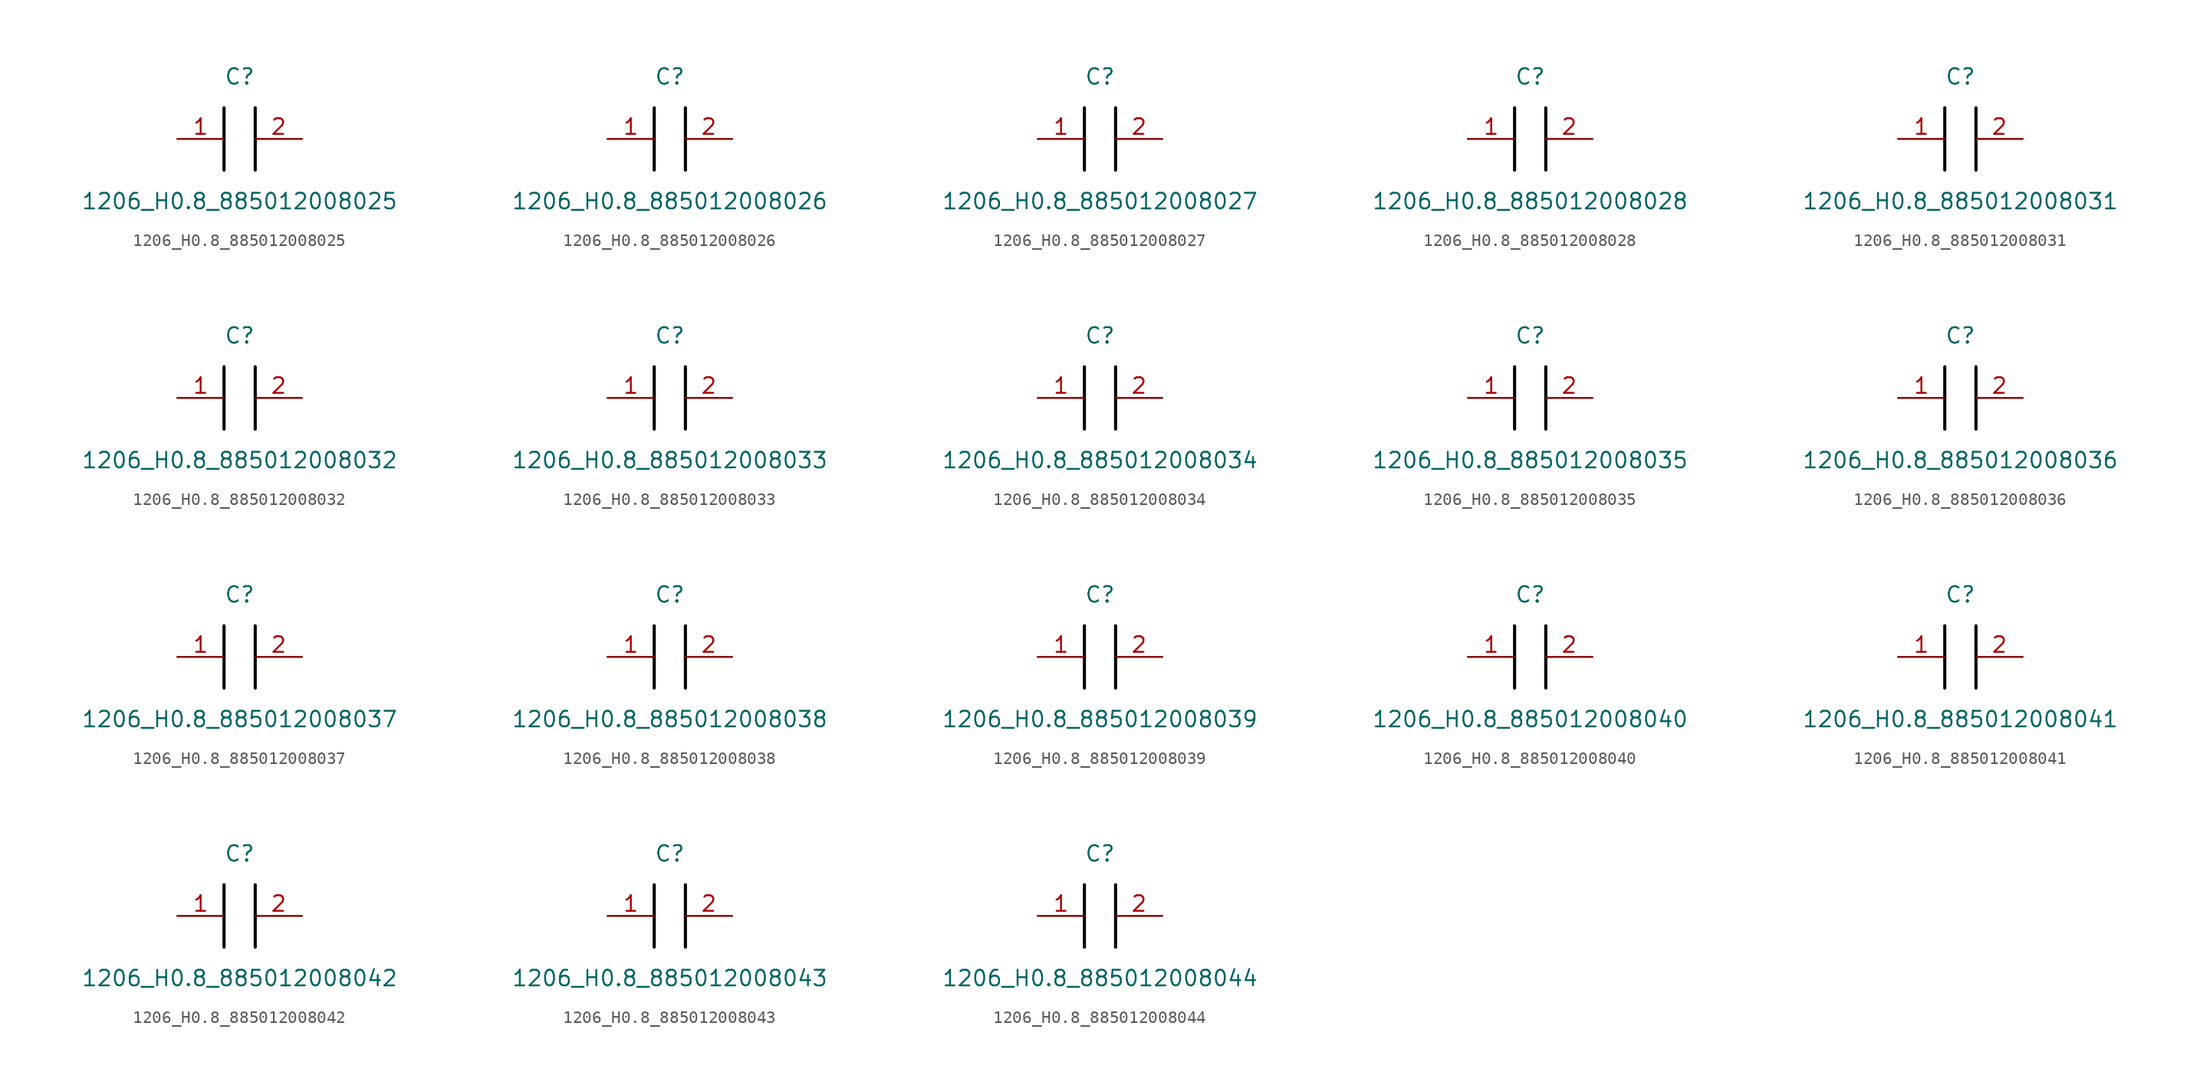
<source format=kicad_sym>
(kicad_symbol_lib
  (version 20220914)
  (generator kicad_symbol_editor)
  (symbol "1206_H0.8_885012008025"
    (pin_names hide)
    (property "Reference" "C"
      (at 0 5.08 0)
      (effects (font (size 1.27 1.27))))
    (property "Value" "1206_H0.8_885012008025"
      (at 0 -5.08 0)
      (effects (font (size 1.27 1.27))))
    (symbol "1206_H0.8_885012008025_1_1"
      (polyline (pts (xy -1.27 2.54) (xy -1.27 -2.54)) (stroke (width 0.254) (type default) (color 0 0 0 1)) (fill (type none)))
      (polyline (pts (xy 1.27 2.54) (xy 1.27 -2.54)) (stroke (width 0.254) (type default) (color 0 0 0 1)) (fill (type none)))
      (pin passive line (at -5.08 0 0) (length 3.81) (name "1" (effects (font (size 1.27 1.27)))) (number "1" (effects (font (size 1.27 1.27)))))
      (pin passive line (at 5.08 0 180) (length 3.81) (name "2" (effects (font (size 1.27 1.27)))) (number "2" (effects (font (size 1.27 1.27)))))))
  (symbol "1206_H0.8_885012008026"
    (pin_names hide)
    (property "Reference" "C"
      (at 0 5.08 0)
      (effects (font (size 1.27 1.27))))
    (property "Value" "1206_H0.8_885012008026"
      (at 0 -5.08 0)
      (effects (font (size 1.27 1.27))))
    (symbol "1206_H0.8_885012008026_1_1"
      (polyline (pts (xy -1.27 2.54) (xy -1.27 -2.54)) (stroke (width 0.254) (type default) (color 0 0 0 1)) (fill (type none)))
      (polyline (pts (xy 1.27 2.54) (xy 1.27 -2.54)) (stroke (width 0.254) (type default) (color 0 0 0 1)) (fill (type none)))
      (pin passive line (at -5.08 0 0) (length 3.81) (name "1" (effects (font (size 1.27 1.27)))) (number "1" (effects (font (size 1.27 1.27)))))
      (pin passive line (at 5.08 0 180) (length 3.81) (name "2" (effects (font (size 1.27 1.27)))) (number "2" (effects (font (size 1.27 1.27)))))))
  (symbol "1206_H0.8_885012008027"
    (pin_names hide)
    (property "Reference" "C"
      (at 0 5.08 0)
      (effects (font (size 1.27 1.27))))
    (property "Value" "1206_H0.8_885012008027"
      (at 0 -5.08 0)
      (effects (font (size 1.27 1.27))))
    (symbol "1206_H0.8_885012008027_1_1"
      (polyline (pts (xy -1.27 2.54) (xy -1.27 -2.54)) (stroke (width 0.254) (type default) (color 0 0 0 1)) (fill (type none)))
      (polyline (pts (xy 1.27 2.54) (xy 1.27 -2.54)) (stroke (width 0.254) (type default) (color 0 0 0 1)) (fill (type none)))
      (pin passive line (at -5.08 0 0) (length 3.81) (name "1" (effects (font (size 1.27 1.27)))) (number "1" (effects (font (size 1.27 1.27)))))
      (pin passive line (at 5.08 0 180) (length 3.81) (name "2" (effects (font (size 1.27 1.27)))) (number "2" (effects (font (size 1.27 1.27)))))))
  (symbol "1206_H0.8_885012008028"
    (pin_names hide)
    (property "Reference" "C"
      (at 0 5.08 0)
      (effects (font (size 1.27 1.27))))
    (property "Value" "1206_H0.8_885012008028"
      (at 0 -5.08 0)
      (effects (font (size 1.27 1.27))))
    (symbol "1206_H0.8_885012008028_1_1"
      (polyline (pts (xy -1.27 2.54) (xy -1.27 -2.54)) (stroke (width 0.254) (type default) (color 0 0 0 1)) (fill (type none)))
      (polyline (pts (xy 1.27 2.54) (xy 1.27 -2.54)) (stroke (width 0.254) (type default) (color 0 0 0 1)) (fill (type none)))
      (pin passive line (at -5.08 0 0) (length 3.81) (name "1" (effects (font (size 1.27 1.27)))) (number "1" (effects (font (size 1.27 1.27)))))
      (pin passive line (at 5.08 0 180) (length 3.81) (name "2" (effects (font (size 1.27 1.27)))) (number "2" (effects (font (size 1.27 1.27)))))))
  (symbol "1206_H0.8_885012008031"
    (pin_names hide)
    (property "Reference" "C"
      (at 0 5.08 0)
      (effects (font (size 1.27 1.27))))
    (property "Value" "1206_H0.8_885012008031"
      (at 0 -5.08 0)
      (effects (font (size 1.27 1.27))))
    (symbol "1206_H0.8_885012008031_1_1"
      (polyline (pts (xy -1.27 2.54) (xy -1.27 -2.54)) (stroke (width 0.254) (type default) (color 0 0 0 1)) (fill (type none)))
      (polyline (pts (xy 1.27 2.54) (xy 1.27 -2.54)) (stroke (width 0.254) (type default) (color 0 0 0 1)) (fill (type none)))
      (pin passive line (at -5.08 0 0) (length 3.81) (name "1" (effects (font (size 1.27 1.27)))) (number "1" (effects (font (size 1.27 1.27)))))
      (pin passive line (at 5.08 0 180) (length 3.81) (name "2" (effects (font (size 1.27 1.27)))) (number "2" (effects (font (size 1.27 1.27)))))))
  (symbol "1206_H0.8_885012008032"
    (pin_names hide)
    (property "Reference" "C"
      (at 0 5.08 0)
      (effects (font (size 1.27 1.27))))
    (property "Value" "1206_H0.8_885012008032"
      (at 0 -5.08 0)
      (effects (font (size 1.27 1.27))))
    (symbol "1206_H0.8_885012008032_1_1"
      (polyline (pts (xy -1.27 2.54) (xy -1.27 -2.54)) (stroke (width 0.254) (type default) (color 0 0 0 1)) (fill (type none)))
      (polyline (pts (xy 1.27 2.54) (xy 1.27 -2.54)) (stroke (width 0.254) (type default) (color 0 0 0 1)) (fill (type none)))
      (pin passive line (at -5.08 0 0) (length 3.81) (name "1" (effects (font (size 1.27 1.27)))) (number "1" (effects (font (size 1.27 1.27)))))
      (pin passive line (at 5.08 0 180) (length 3.81) (name "2" (effects (font (size 1.27 1.27)))) (number "2" (effects (font (size 1.27 1.27)))))))
  (symbol "1206_H0.8_885012008033"
    (pin_names hide)
    (property "Reference" "C"
      (at 0 5.08 0)
      (effects (font (size 1.27 1.27))))
    (property "Value" "1206_H0.8_885012008033"
      (at 0 -5.08 0)
      (effects (font (size 1.27 1.27))))
    (symbol "1206_H0.8_885012008033_1_1"
      (polyline (pts (xy -1.27 2.54) (xy -1.27 -2.54)) (stroke (width 0.254) (type default) (color 0 0 0 1)) (fill (type none)))
      (polyline (pts (xy 1.27 2.54) (xy 1.27 -2.54)) (stroke (width 0.254) (type default) (color 0 0 0 1)) (fill (type none)))
      (pin passive line (at -5.08 0 0) (length 3.81) (name "1" (effects (font (size 1.27 1.27)))) (number "1" (effects (font (size 1.27 1.27)))))
      (pin passive line (at 5.08 0 180) (length 3.81) (name "2" (effects (font (size 1.27 1.27)))) (number "2" (effects (font (size 1.27 1.27)))))))
  (symbol "1206_H0.8_885012008034"
    (pin_names hide)
    (property "Reference" "C"
      (at 0 5.08 0)
      (effects (font (size 1.27 1.27))))
    (property "Value" "1206_H0.8_885012008034"
      (at 0 -5.08 0)
      (effects (font (size 1.27 1.27))))
    (symbol "1206_H0.8_885012008034_1_1"
      (polyline (pts (xy -1.27 2.54) (xy -1.27 -2.54)) (stroke (width 0.254) (type default) (color 0 0 0 1)) (fill (type none)))
      (polyline (pts (xy 1.27 2.54) (xy 1.27 -2.54)) (stroke (width 0.254) (type default) (color 0 0 0 1)) (fill (type none)))
      (pin passive line (at -5.08 0 0) (length 3.81) (name "1" (effects (font (size 1.27 1.27)))) (number "1" (effects (font (size 1.27 1.27)))))
      (pin passive line (at 5.08 0 180) (length 3.81) (name "2" (effects (font (size 1.27 1.27)))) (number "2" (effects (font (size 1.27 1.27)))))))
  (symbol "1206_H0.8_885012008035"
    (pin_names hide)
    (property "Reference" "C"
      (at 0 5.08 0)
      (effects (font (size 1.27 1.27))))
    (property "Value" "1206_H0.8_885012008035"
      (at 0 -5.08 0)
      (effects (font (size 1.27 1.27))))
    (symbol "1206_H0.8_885012008035_1_1"
      (polyline (pts (xy -1.27 2.54) (xy -1.27 -2.54)) (stroke (width 0.254) (type default) (color 0 0 0 1)) (fill (type none)))
      (polyline (pts (xy 1.27 2.54) (xy 1.27 -2.54)) (stroke (width 0.254) (type default) (color 0 0 0 1)) (fill (type none)))
      (pin passive line (at -5.08 0 0) (length 3.81) (name "1" (effects (font (size 1.27 1.27)))) (number "1" (effects (font (size 1.27 1.27)))))
      (pin passive line (at 5.08 0 180) (length 3.81) (name "2" (effects (font (size 1.27 1.27)))) (number "2" (effects (font (size 1.27 1.27)))))))
  (symbol "1206_H0.8_885012008036"
    (pin_names hide)
    (property "Reference" "C"
      (at 0 5.08 0)
      (effects (font (size 1.27 1.27))))
    (property "Value" "1206_H0.8_885012008036"
      (at 0 -5.08 0)
      (effects (font (size 1.27 1.27))))
    (symbol "1206_H0.8_885012008036_1_1"
      (polyline (pts (xy -1.27 2.54) (xy -1.27 -2.54)) (stroke (width 0.254) (type default) (color 0 0 0 1)) (fill (type none)))
      (polyline (pts (xy 1.27 2.54) (xy 1.27 -2.54)) (stroke (width 0.254) (type default) (color 0 0 0 1)) (fill (type none)))
      (pin passive line (at -5.08 0 0) (length 3.81) (name "1" (effects (font (size 1.27 1.27)))) (number "1" (effects (font (size 1.27 1.27)))))
      (pin passive line (at 5.08 0 180) (length 3.81) (name "2" (effects (font (size 1.27 1.27)))) (number "2" (effects (font (size 1.27 1.27)))))))
  (symbol "1206_H0.8_885012008037"
    (pin_names hide)
    (property "Reference" "C"
      (at 0 5.08 0)
      (effects (font (size 1.27 1.27))))
    (property "Value" "1206_H0.8_885012008037"
      (at 0 -5.08 0)
      (effects (font (size 1.27 1.27))))
    (symbol "1206_H0.8_885012008037_1_1"
      (polyline (pts (xy -1.27 2.54) (xy -1.27 -2.54)) (stroke (width 0.254) (type default) (color 0 0 0 1)) (fill (type none)))
      (polyline (pts (xy 1.27 2.54) (xy 1.27 -2.54)) (stroke (width 0.254) (type default) (color 0 0 0 1)) (fill (type none)))
      (pin passive line (at -5.08 0 0) (length 3.81) (name "1" (effects (font (size 1.27 1.27)))) (number "1" (effects (font (size 1.27 1.27)))))
      (pin passive line (at 5.08 0 180) (length 3.81) (name "2" (effects (font (size 1.27 1.27)))) (number "2" (effects (font (size 1.27 1.27)))))))
  (symbol "1206_H0.8_885012008038"
    (pin_names hide)
    (property "Reference" "C"
      (at 0 5.08 0)
      (effects (font (size 1.27 1.27))))
    (property "Value" "1206_H0.8_885012008038"
      (at 0 -5.08 0)
      (effects (font (size 1.27 1.27))))
    (symbol "1206_H0.8_885012008038_1_1"
      (polyline (pts (xy -1.27 2.54) (xy -1.27 -2.54)) (stroke (width 0.254) (type default) (color 0 0 0 1)) (fill (type none)))
      (polyline (pts (xy 1.27 2.54) (xy 1.27 -2.54)) (stroke (width 0.254) (type default) (color 0 0 0 1)) (fill (type none)))
      (pin passive line (at -5.08 0 0) (length 3.81) (name "1" (effects (font (size 1.27 1.27)))) (number "1" (effects (font (size 1.27 1.27)))))
      (pin passive line (at 5.08 0 180) (length 3.81) (name "2" (effects (font (size 1.27 1.27)))) (number "2" (effects (font (size 1.27 1.27)))))))
  (symbol "1206_H0.8_885012008039"
    (pin_names hide)
    (property "Reference" "C"
      (at 0 5.08 0)
      (effects (font (size 1.27 1.27))))
    (property "Value" "1206_H0.8_885012008039"
      (at 0 -5.08 0)
      (effects (font (size 1.27 1.27))))
    (symbol "1206_H0.8_885012008039_1_1"
      (polyline (pts (xy -1.27 2.54) (xy -1.27 -2.54)) (stroke (width 0.254) (type default) (color 0 0 0 1)) (fill (type none)))
      (polyline (pts (xy 1.27 2.54) (xy 1.27 -2.54)) (stroke (width 0.254) (type default) (color 0 0 0 1)) (fill (type none)))
      (pin passive line (at -5.08 0 0) (length 3.81) (name "1" (effects (font (size 1.27 1.27)))) (number "1" (effects (font (size 1.27 1.27)))))
      (pin passive line (at 5.08 0 180) (length 3.81) (name "2" (effects (font (size 1.27 1.27)))) (number "2" (effects (font (size 1.27 1.27)))))))
  (symbol "1206_H0.8_885012008040"
    (pin_names hide)
    (property "Reference" "C"
      (at 0 5.08 0)
      (effects (font (size 1.27 1.27))))
    (property "Value" "1206_H0.8_885012008040"
      (at 0 -5.08 0)
      (effects (font (size 1.27 1.27))))
    (symbol "1206_H0.8_885012008040_1_1"
      (polyline (pts (xy -1.27 2.54) (xy -1.27 -2.54)) (stroke (width 0.254) (type default) (color 0 0 0 1)) (fill (type none)))
      (polyline (pts (xy 1.27 2.54) (xy 1.27 -2.54)) (stroke (width 0.254) (type default) (color 0 0 0 1)) (fill (type none)))
      (pin passive line (at -5.08 0 0) (length 3.81) (name "1" (effects (font (size 1.27 1.27)))) (number "1" (effects (font (size 1.27 1.27)))))
      (pin passive line (at 5.08 0 180) (length 3.81) (name "2" (effects (font (size 1.27 1.27)))) (number "2" (effects (font (size 1.27 1.27)))))))
  (symbol "1206_H0.8_885012008041"
    (pin_names hide)
    (property "Reference" "C"
      (at 0 5.08 0)
      (effects (font (size 1.27 1.27))))
    (property "Value" "1206_H0.8_885012008041"
      (at 0 -5.08 0)
      (effects (font (size 1.27 1.27))))
    (symbol "1206_H0.8_885012008041_1_1"
      (polyline (pts (xy -1.27 2.54) (xy -1.27 -2.54)) (stroke (width 0.254) (type default) (color 0 0 0 1)) (fill (type none)))
      (polyline (pts (xy 1.27 2.54) (xy 1.27 -2.54)) (stroke (width 0.254) (type default) (color 0 0 0 1)) (fill (type none)))
      (pin passive line (at -5.08 0 0) (length 3.81) (name "1" (effects (font (size 1.27 1.27)))) (number "1" (effects (font (size 1.27 1.27)))))
      (pin passive line (at 5.08 0 180) (length 3.81) (name "2" (effects (font (size 1.27 1.27)))) (number "2" (effects (font (size 1.27 1.27)))))))
  (symbol "1206_H0.8_885012008042"
    (pin_names hide)
    (property "Reference" "C"
      (at 0 5.08 0)
      (effects (font (size 1.27 1.27))))
    (property "Value" "1206_H0.8_885012008042"
      (at 0 -5.08 0)
      (effects (font (size 1.27 1.27))))
    (symbol "1206_H0.8_885012008042_1_1"
      (polyline (pts (xy -1.27 2.54) (xy -1.27 -2.54)) (stroke (width 0.254) (type default) (color 0 0 0 1)) (fill (type none)))
      (polyline (pts (xy 1.27 2.54) (xy 1.27 -2.54)) (stroke (width 0.254) (type default) (color 0 0 0 1)) (fill (type none)))
      (pin passive line (at -5.08 0 0) (length 3.81) (name "1" (effects (font (size 1.27 1.27)))) (number "1" (effects (font (size 1.27 1.27)))))
      (pin passive line (at 5.08 0 180) (length 3.81) (name "2" (effects (font (size 1.27 1.27)))) (number "2" (effects (font (size 1.27 1.27)))))))
  (symbol "1206_H0.8_885012008043"
    (pin_names hide)
    (property "Reference" "C"
      (at 0 5.08 0)
      (effects (font (size 1.27 1.27))))
    (property "Value" "1206_H0.8_885012008043"
      (at 0 -5.08 0)
      (effects (font (size 1.27 1.27))))
    (symbol "1206_H0.8_885012008043_1_1"
      (polyline (pts (xy -1.27 2.54) (xy -1.27 -2.54)) (stroke (width 0.254) (type default) (color 0 0 0 1)) (fill (type none)))
      (polyline (pts (xy 1.27 2.54) (xy 1.27 -2.54)) (stroke (width 0.254) (type default) (color 0 0 0 1)) (fill (type none)))
      (pin passive line (at -5.08 0 0) (length 3.81) (name "1" (effects (font (size 1.27 1.27)))) (number "1" (effects (font (size 1.27 1.27)))))
      (pin passive line (at 5.08 0 180) (length 3.81) (name "2" (effects (font (size 1.27 1.27)))) (number "2" (effects (font (size 1.27 1.27)))))))
  (symbol "1206_H0.8_885012008044"
    (pin_names hide)
    (property "Reference" "C"
      (at 0 5.08 0)
      (effects (font (size 1.27 1.27))))
    (property "Value" "1206_H0.8_885012008044"
      (at 0 -5.08 0)
      (effects (font (size 1.27 1.27))))
    (symbol "1206_H0.8_885012008044_1_1"
      (polyline (pts (xy -1.27 2.54) (xy -1.27 -2.54)) (stroke (width 0.254) (type default) (color 0 0 0 1)) (fill (type none)))
      (polyline (pts (xy 1.27 2.54) (xy 1.27 -2.54)) (stroke (width 0.254) (type default) (color 0 0 0 1)) (fill (type none)))
      (pin passive line (at -5.08 0 0) (length 3.81) (name "1" (effects (font (size 1.27 1.27)))) (number "1" (effects (font (size 1.27 1.27)))))
      (pin passive line (at 5.08 0 180) (length 3.81) (name "2" (effects (font (size 1.27 1.27)))) (number "2" (effects (font (size 1.27 1.27))))))))
</source>
